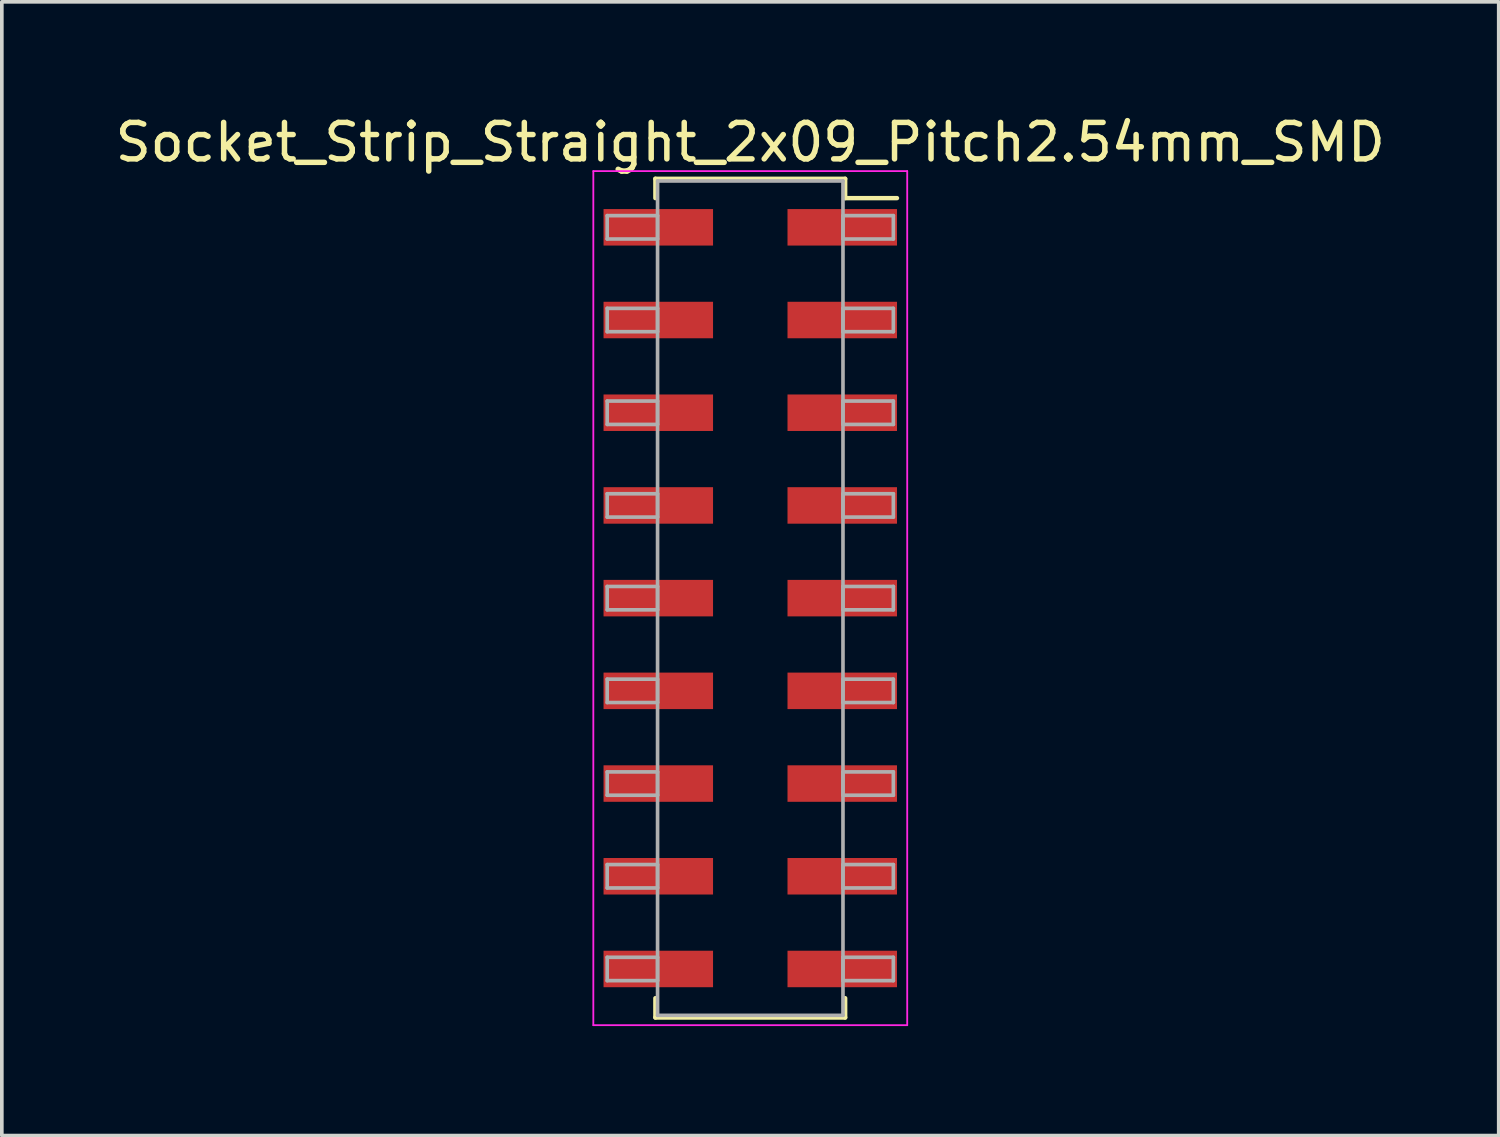
<source format=kicad_pcb>
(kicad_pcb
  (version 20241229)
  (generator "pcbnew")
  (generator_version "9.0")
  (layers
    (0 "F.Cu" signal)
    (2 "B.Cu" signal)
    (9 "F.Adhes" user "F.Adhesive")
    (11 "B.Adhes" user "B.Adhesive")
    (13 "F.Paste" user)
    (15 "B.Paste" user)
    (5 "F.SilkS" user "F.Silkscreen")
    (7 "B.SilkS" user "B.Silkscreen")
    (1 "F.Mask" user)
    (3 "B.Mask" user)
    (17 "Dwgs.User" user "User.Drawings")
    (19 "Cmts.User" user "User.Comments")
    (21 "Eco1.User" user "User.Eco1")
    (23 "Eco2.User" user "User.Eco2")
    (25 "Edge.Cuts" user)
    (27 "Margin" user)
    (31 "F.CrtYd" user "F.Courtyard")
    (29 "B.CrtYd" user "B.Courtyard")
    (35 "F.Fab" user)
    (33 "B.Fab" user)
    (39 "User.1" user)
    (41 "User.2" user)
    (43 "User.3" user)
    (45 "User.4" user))
  (footprint "Socket_Strip_Straight_2x09_Pitch2.54mm_SMD"
    (layer "F.Cu")
    (at 17.506 13.338)
    (property "Reference" "Socket_Strip_Straight_2x09_Pitch2.54mm_SMD" (at 0 -12.49 0) (layer "F.SilkS") (effects (font (size 1 1) (thickness 0.15))))
    (attr smd)
    (fp_line (start -2.6 -11.49) (end 2.6 -11.49) (stroke (width 0.12) (type solid)) (layer "F.SilkS"))
    (fp_line (start -2.6 -10.96) (end -2.6 -11.49) (stroke (width 0.12) (type solid)) (layer "F.SilkS"))
    (fp_line (start -2.6 10.96) (end -2.6 11.49) (stroke (width 0.12) (type solid)) (layer "F.SilkS"))
    (fp_line (start -2.6 11.49) (end 2.6 11.49) (stroke (width 0.12) (type solid)) (layer "F.SilkS"))
    (fp_line (start 2.6 -11.49) (end 2.6 -10.96) (stroke (width 0.12) (type solid)) (layer "F.SilkS"))
    (fp_line (start 2.6 11.49) (end 2.6 10.96) (stroke (width 0.12) (type solid)) (layer "F.SilkS"))
    (fp_line (start 4.02 -10.96) (end 2.6 -10.96) (stroke (width 0.12) (type solid)) (layer "F.SilkS"))
    (fp_line (start -4.3 -11.7) (end -4.3 11.7) (stroke (width 0.05) (type solid)) (layer "F.CrtYd"))
    (fp_line (start -4.3 11.7) (end 4.3 11.7) (stroke (width 0.05) (type solid)) (layer "F.CrtYd"))
    (fp_line (start 4.3 -11.7) (end -4.3 -11.7) (stroke (width 0.05) (type solid)) (layer "F.CrtYd"))
    (fp_line (start 4.3 11.7) (end 4.3 -11.7) (stroke (width 0.05) (type solid)) (layer "F.CrtYd"))
    (fp_line (start -3.92 -10.48) (end -2.54 -10.48) (stroke (width 0.1) (type solid)) (layer "F.Fab"))
    (fp_line (start -3.92 -9.84) (end -3.92 -10.48) (stroke (width 0.1) (type solid)) (layer "F.Fab"))
    (fp_line (start -3.92 -7.94) (end -2.54 -7.94) (stroke (width 0.1) (type solid)) (layer "F.Fab"))
    (fp_line (start -3.92 -7.3) (end -3.92 -7.94) (stroke (width 0.1) (type solid)) (layer "F.Fab"))
    (fp_line (start -3.92 -5.4) (end -2.54 -5.4) (stroke (width 0.1) (type solid)) (layer "F.Fab"))
    (fp_line (start -3.92 -4.76) (end -3.92 -5.4) (stroke (width 0.1) (type solid)) (layer "F.Fab"))
    (fp_line (start -3.92 -2.86) (end -2.54 -2.86) (stroke (width 0.1) (type solid)) (layer "F.Fab"))
    (fp_line (start -3.92 -2.22) (end -3.92 -2.86) (stroke (width 0.1) (type solid)) (layer "F.Fab"))
    (fp_line (start -3.92 -0.32) (end -2.54 -0.32) (stroke (width 0.1) (type solid)) (layer "F.Fab"))
    (fp_line (start -3.92 0.32) (end -3.92 -0.32) (stroke (width 0.1) (type solid)) (layer "F.Fab"))
    (fp_line (start -3.92 2.22) (end -2.54 2.22) (stroke (width 0.1) (type solid)) (layer "F.Fab"))
    (fp_line (start -3.92 2.86) (end -3.92 2.22) (stroke (width 0.1) (type solid)) (layer "F.Fab"))
    (fp_line (start -3.92 4.76) (end -2.54 4.76) (stroke (width 0.1) (type solid)) (layer "F.Fab"))
    (fp_line (start -3.92 5.4) (end -3.92 4.76) (stroke (width 0.1) (type solid)) (layer "F.Fab"))
    (fp_line (start -3.92 7.3) (end -2.54 7.3) (stroke (width 0.1) (type solid)) (layer "F.Fab"))
    (fp_line (start -3.92 7.94) (end -3.92 7.3) (stroke (width 0.1) (type solid)) (layer "F.Fab"))
    (fp_line (start -3.92 9.84) (end -2.54 9.84) (stroke (width 0.1) (type solid)) (layer "F.Fab"))
    (fp_line (start -3.92 10.48) (end -3.92 9.84) (stroke (width 0.1) (type solid)) (layer "F.Fab"))
    (fp_line (start -2.54 -11.43) (end -2.54 11.43) (stroke (width 0.1) (type solid)) (layer "F.Fab"))
    (fp_line (start -2.54 -10.48) (end -2.54 -9.84) (stroke (width 0.1) (type solid)) (layer "F.Fab"))
    (fp_line (start -2.54 -9.84) (end -3.92 -9.84) (stroke (width 0.1) (type solid)) (layer "F.Fab"))
    (fp_line (start -2.54 -7.94) (end -2.54 -7.3) (stroke (width 0.1) (type solid)) (layer "F.Fab"))
    (fp_line (start -2.54 -7.3) (end -3.92 -7.3) (stroke (width 0.1) (type solid)) (layer "F.Fab"))
    (fp_line (start -2.54 -5.4) (end -2.54 -4.76) (stroke (width 0.1) (type solid)) (layer "F.Fab"))
    (fp_line (start -2.54 -4.76) (end -3.92 -4.76) (stroke (width 0.1) (type solid)) (layer "F.Fab"))
    (fp_line (start -2.54 -2.86) (end -2.54 -2.22) (stroke (width 0.1) (type solid)) (layer "F.Fab"))
    (fp_line (start -2.54 -2.22) (end -3.92 -2.22) (stroke (width 0.1) (type solid)) (layer "F.Fab"))
    (fp_line (start -2.54 -0.32) (end -2.54 0.32) (stroke (width 0.1) (type solid)) (layer "F.Fab"))
    (fp_line (start -2.54 0.32) (end -3.92 0.32) (stroke (width 0.1) (type solid)) (layer "F.Fab"))
    (fp_line (start -2.54 2.22) (end -2.54 2.86) (stroke (width 0.1) (type solid)) (layer "F.Fab"))
    (fp_line (start -2.54 2.86) (end -3.92 2.86) (stroke (width 0.1) (type solid)) (layer "F.Fab"))
    (fp_line (start -2.54 4.76) (end -2.54 5.4) (stroke (width 0.1) (type solid)) (layer "F.Fab"))
    (fp_line (start -2.54 5.4) (end -3.92 5.4) (stroke (width 0.1) (type solid)) (layer "F.Fab"))
    (fp_line (start -2.54 7.3) (end -2.54 7.94) (stroke (width 0.1) (type solid)) (layer "F.Fab"))
    (fp_line (start -2.54 7.94) (end -3.92 7.94) (stroke (width 0.1) (type solid)) (layer "F.Fab"))
    (fp_line (start -2.54 9.84) (end -2.54 10.48) (stroke (width 0.1) (type solid)) (layer "F.Fab"))
    (fp_line (start -2.54 10.48) (end -3.92 10.48) (stroke (width 0.1) (type solid)) (layer "F.Fab"))
    (fp_line (start -2.54 11.43) (end 2.54 11.43) (stroke (width 0.1) (type solid)) (layer "F.Fab"))
    (fp_line (start 2.54 -11.43) (end -2.54 -11.43) (stroke (width 0.1) (type solid)) (layer "F.Fab"))
    (fp_line (start 2.54 -10.48) (end 2.54 -9.84) (stroke (width 0.1) (type solid)) (layer "F.Fab"))
    (fp_line (start 2.54 -9.84) (end 3.92 -9.84) (stroke (width 0.1) (type solid)) (layer "F.Fab"))
    (fp_line (start 2.54 -7.94) (end 2.54 -7.3) (stroke (width 0.1) (type solid)) (layer "F.Fab"))
    (fp_line (start 2.54 -7.3) (end 3.92 -7.3) (stroke (width 0.1) (type solid)) (layer "F.Fab"))
    (fp_line (start 2.54 -5.4) (end 2.54 -4.76) (stroke (width 0.1) (type solid)) (layer "F.Fab"))
    (fp_line (start 2.54 -4.76) (end 3.92 -4.76) (stroke (width 0.1) (type solid)) (layer "F.Fab"))
    (fp_line (start 2.54 -2.86) (end 2.54 -2.22) (stroke (width 0.1) (type solid)) (layer "F.Fab"))
    (fp_line (start 2.54 -2.22) (end 3.92 -2.22) (stroke (width 0.1) (type solid)) (layer "F.Fab"))
    (fp_line (start 2.54 -0.32) (end 2.54 0.32) (stroke (width 0.1) (type solid)) (layer "F.Fab"))
    (fp_line (start 2.54 0.32) (end 3.92 0.32) (stroke (width 0.1) (type solid)) (layer "F.Fab"))
    (fp_line (start 2.54 2.22) (end 2.54 2.86) (stroke (width 0.1) (type solid)) (layer "F.Fab"))
    (fp_line (start 2.54 2.86) (end 3.92 2.86) (stroke (width 0.1) (type solid)) (layer "F.Fab"))
    (fp_line (start 2.54 4.76) (end 2.54 5.4) (stroke (width 0.1) (type solid)) (layer "F.Fab"))
    (fp_line (start 2.54 5.4) (end 3.92 5.4) (stroke (width 0.1) (type solid)) (layer "F.Fab"))
    (fp_line (start 2.54 7.3) (end 2.54 7.94) (stroke (width 0.1) (type solid)) (layer "F.Fab"))
    (fp_line (start 2.54 7.94) (end 3.92 7.94) (stroke (width 0.1) (type solid)) (layer "F.Fab"))
    (fp_line (start 2.54 9.84) (end 2.54 10.48) (stroke (width 0.1) (type solid)) (layer "F.Fab"))
    (fp_line (start 2.54 10.48) (end 3.92 10.48) (stroke (width 0.1) (type solid)) (layer "F.Fab"))
    (fp_line (start 2.54 11.43) (end 2.54 -11.43) (stroke (width 0.1) (type solid)) (layer "F.Fab"))
    (fp_line (start 3.92 -10.48) (end 2.54 -10.48) (stroke (width 0.1) (type solid)) (layer "F.Fab"))
    (fp_line (start 3.92 -9.84) (end 3.92 -10.48) (stroke (width 0.1) (type solid)) (layer "F.Fab"))
    (fp_line (start 3.92 -7.94) (end 2.54 -7.94) (stroke (width 0.1) (type solid)) (layer "F.Fab"))
    (fp_line (start 3.92 -7.3) (end 3.92 -7.94) (stroke (width 0.1) (type solid)) (layer "F.Fab"))
    (fp_line (start 3.92 -5.4) (end 2.54 -5.4) (stroke (width 0.1) (type solid)) (layer "F.Fab"))
    (fp_line (start 3.92 -4.76) (end 3.92 -5.4) (stroke (width 0.1) (type solid)) (layer "F.Fab"))
    (fp_line (start 3.92 -2.86) (end 2.54 -2.86) (stroke (width 0.1) (type solid)) (layer "F.Fab"))
    (fp_line (start 3.92 -2.22) (end 3.92 -2.86) (stroke (width 0.1) (type solid)) (layer "F.Fab"))
    (fp_line (start 3.92 -0.32) (end 2.54 -0.32) (stroke (width 0.1) (type solid)) (layer "F.Fab"))
    (fp_line (start 3.92 0.32) (end 3.92 -0.32) (stroke (width 0.1) (type solid)) (layer "F.Fab"))
    (fp_line (start 3.92 2.22) (end 2.54 2.22) (stroke (width 0.1) (type solid)) (layer "F.Fab"))
    (fp_line (start 3.92 2.86) (end 3.92 2.22) (stroke (width 0.1) (type solid)) (layer "F.Fab"))
    (fp_line (start 3.92 4.76) (end 2.54 4.76) (stroke (width 0.1) (type solid)) (layer "F.Fab"))
    (fp_line (start 3.92 5.4) (end 3.92 4.76) (stroke (width 0.1) (type solid)) (layer "F.Fab"))
    (fp_line (start 3.92 7.3) (end 2.54 7.3) (stroke (width 0.1) (type solid)) (layer "F.Fab"))
    (fp_line (start 3.92 7.94) (end 3.92 7.3) (stroke (width 0.1) (type solid)) (layer "F.Fab"))
    (fp_line (start 3.92 9.84) (end 2.54 9.84) (stroke (width 0.1) (type solid)) (layer "F.Fab"))
    (fp_line (start 3.92 10.48) (end 3.92 9.84) (stroke (width 0.1) (type solid)) (layer "F.Fab"))
    (pad "1" smd rect (at 2.52 -10.16) (size 3 1) (layers "F.Cu" "F.Mask"))
    (pad "2" smd rect (at -2.52 -10.16) (size 3 1) (layers "F.Cu" "F.Mask"))
    (pad "3" smd rect (at 2.52 -7.62) (size 3 1) (layers "F.Cu" "F.Mask"))
    (pad "4" smd rect (at -2.52 -7.62) (size 3 1) (layers "F.Cu" "F.Mask"))
    (pad "5" smd rect (at 2.52 -5.08) (size 3 1) (layers "F.Cu" "F.Mask"))
    (pad "6" smd rect (at -2.52 -5.08) (size 3 1) (layers "F.Cu" "F.Mask"))
    (pad "7" smd rect (at 2.52 -2.54) (size 3 1) (layers "F.Cu" "F.Mask"))
    (pad "8" smd rect (at -2.52 -2.54) (size 3 1) (layers "F.Cu" "F.Mask"))
    (pad "9" smd rect (at 2.52 0) (size 3 1) (layers "F.Cu" "F.Mask"))
    (pad "10" smd rect (at -2.52 0) (size 3 1) (layers "F.Cu" "F.Mask"))
    (pad "11" smd rect (at 2.52 2.54) (size 3 1) (layers "F.Cu" "F.Mask"))
    (pad "12" smd rect (at -2.52 2.54) (size 3 1) (layers "F.Cu" "F.Mask"))
    (pad "13" smd rect (at 2.52 5.08) (size 3 1) (layers "F.Cu" "F.Mask"))
    (pad "14" smd rect (at -2.52 5.08) (size 3 1) (layers "F.Cu" "F.Mask"))
    (pad "15" smd rect (at 2.52 7.62) (size 3 1) (layers "F.Cu" "F.Mask"))
    (pad "16" smd rect (at -2.52 7.62) (size 3 1) (layers "F.Cu" "F.Mask"))
    (pad "17" smd rect (at 2.52 10.16) (size 3 1) (layers "F.Cu" "F.Mask"))
    (pad "18" smd rect (at -2.52 10.16) (size 3 1) (layers "F.Cu" "F.Mask")))
  (gr_rect
    (start -3 -3)
    (end 38.012 28.063)
    (stroke (width 0.1) (type default))
    (fill no)
    (layer "Edge.Cuts")))
</source>
